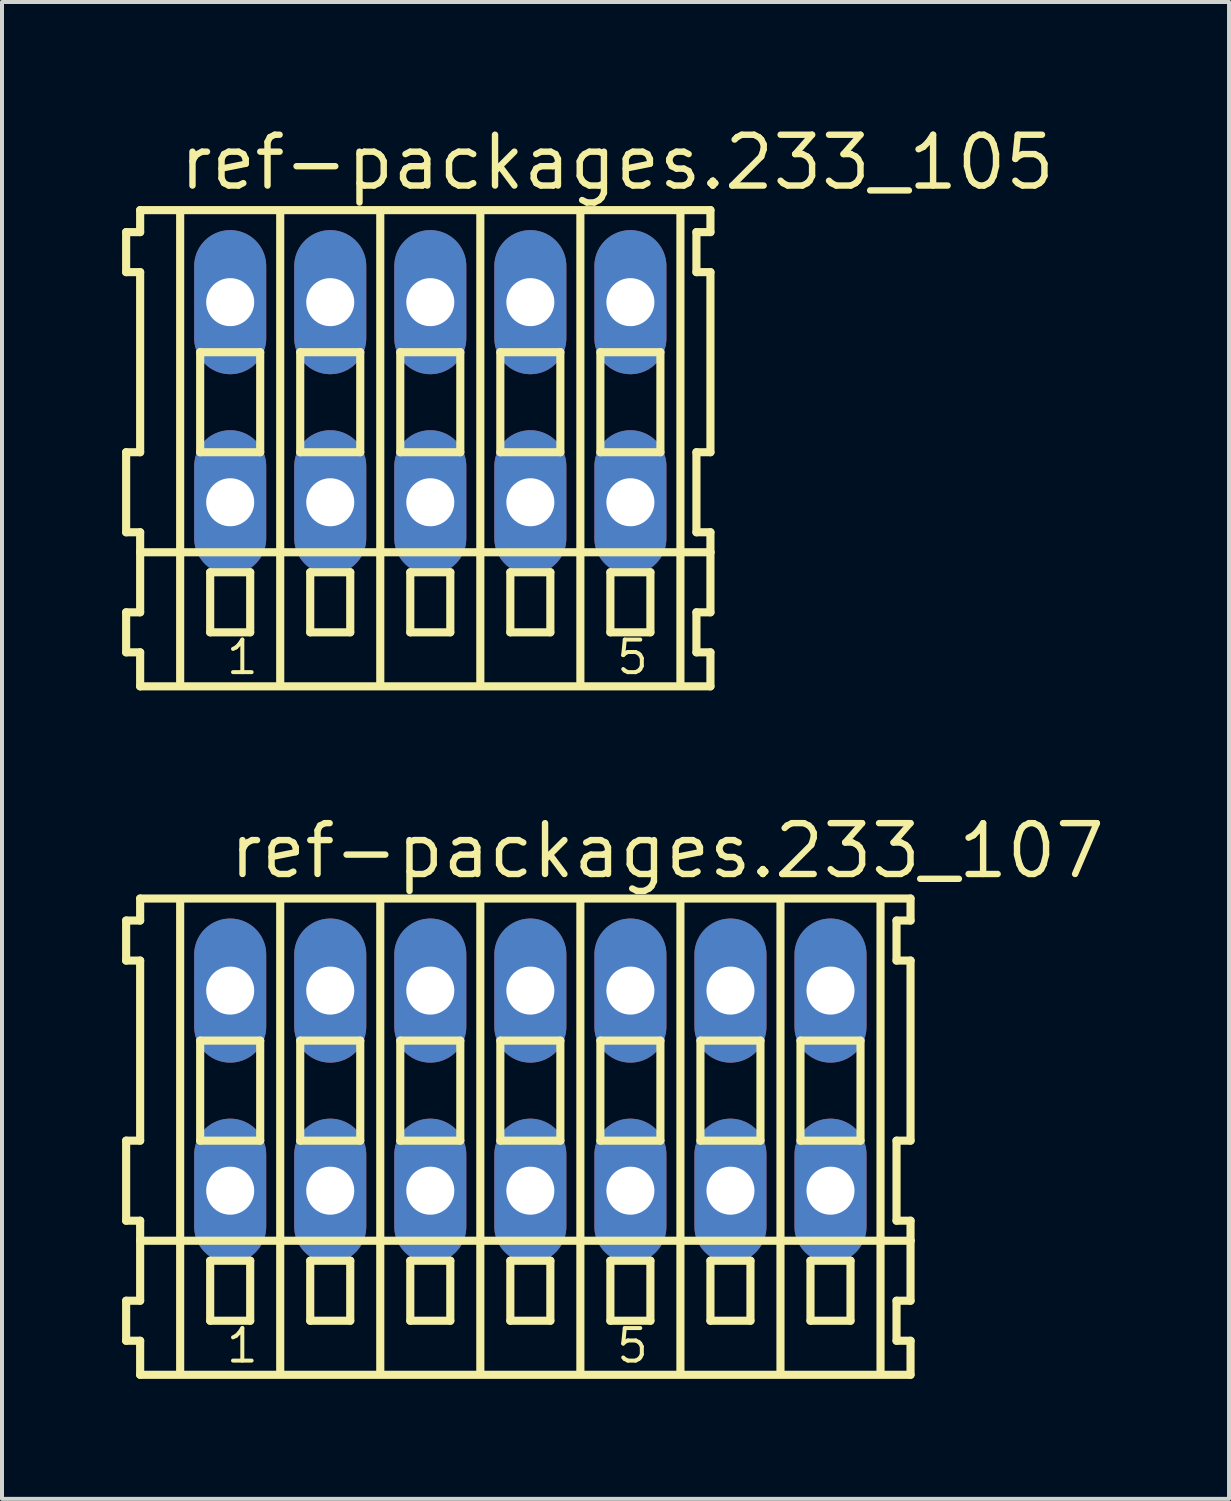
<source format=kicad_pcb>
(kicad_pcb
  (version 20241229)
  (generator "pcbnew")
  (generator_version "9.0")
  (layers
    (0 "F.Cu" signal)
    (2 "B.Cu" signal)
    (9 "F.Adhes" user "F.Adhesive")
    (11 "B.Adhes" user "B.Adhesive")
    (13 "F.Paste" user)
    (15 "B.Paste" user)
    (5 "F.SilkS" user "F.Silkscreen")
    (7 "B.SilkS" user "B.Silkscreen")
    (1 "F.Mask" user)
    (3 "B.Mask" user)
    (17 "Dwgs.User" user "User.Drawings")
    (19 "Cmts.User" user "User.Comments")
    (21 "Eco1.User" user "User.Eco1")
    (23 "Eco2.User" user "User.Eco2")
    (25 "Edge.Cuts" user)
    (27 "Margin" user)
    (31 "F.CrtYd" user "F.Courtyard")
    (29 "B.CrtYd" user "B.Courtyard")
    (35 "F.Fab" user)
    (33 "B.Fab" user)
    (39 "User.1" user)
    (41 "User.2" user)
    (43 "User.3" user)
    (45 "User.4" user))
  (footprint "ref-packages.233_105"
    (layer "F.Cu")
    (at 7.702 7)
    (property "Reference" "ref-packages.233_105" (at -6.35 -5.25 0) (layer "F.SilkS") (effects (font (size 1.27 1.27) (thickness 0.16)) (justify left bottom)))
    (attr through_hole)
    (fp_line (start -7.6 -4.25) (end -7.6 -3.25) (stroke (width 0.203) (type default)) (layer "F.SilkS"))
    (fp_line (start -7.6 -3.25) (end -7.25 -3.25) (stroke (width 0.203) (type default)) (layer "F.SilkS"))
    (fp_line (start -7.6 1.25) (end -7.6 3.25) (stroke (width 0.203) (type default)) (layer "F.SilkS"))
    (fp_line (start -7.6 3.25) (end -7.25 3.25) (stroke (width 0.203) (type default)) (layer "F.SilkS"))
    (fp_line (start -7.6 5.25) (end -7.6 6.25) (stroke (width 0.203) (type default)) (layer "F.SilkS"))
    (fp_line (start -7.6 6.25) (end -7.25 6.25) (stroke (width 0.203) (type default)) (layer "F.SilkS"))
    (fp_line (start -7.25 -4.8) (end -7.25 -4.25) (stroke (width 0.203) (type default)) (layer "F.SilkS"))
    (fp_line (start -7.25 -4.25) (end -7.6 -4.25) (stroke (width 0.203) (type default)) (layer "F.SilkS"))
    (fp_line (start -7.25 -3.25) (end -7.25 1.25) (stroke (width 0.203) (type default)) (layer "F.SilkS"))
    (fp_line (start -7.25 1.25) (end -7.6 1.25) (stroke (width 0.203) (type default)) (layer "F.SilkS"))
    (fp_line (start -7.25 3.25) (end -7.25 5.25) (stroke (width 0.203) (type default)) (layer "F.SilkS"))
    (fp_line (start -7.25 3.75) (end 7 3.75) (stroke (width 0.203) (type default)) (layer "F.SilkS"))
    (fp_line (start -7.25 5.25) (end -7.6 5.25) (stroke (width 0.203) (type default)) (layer "F.SilkS"))
    (fp_line (start -7.25 6.25) (end -7.25 7.1) (stroke (width 0.203) (type default)) (layer "F.SilkS"))
    (fp_line (start -7.25 7.1) (end 7 7.1) (stroke (width 0.203) (type default)) (layer "F.SilkS"))
    (fp_line (start -6.25 -4.75) (end -6.25 7) (stroke (width 0.203) (type default)) (layer "F.SilkS"))
    (fp_line (start -5.75 -1.25) (end -5.75 1.25) (stroke (width 0.203) (type default)) (layer "F.SilkS"))
    (fp_line (start -5.75 1.25) (end -4.25 1.25) (stroke (width 0.203) (type default)) (layer "F.SilkS"))
    (fp_line (start -5.5 4.25) (end -5.5 5.75) (stroke (width 0.203) (type default)) (layer "F.SilkS"))
    (fp_line (start -5.5 5.75) (end -4.5 5.75) (stroke (width 0.203) (type default)) (layer "F.SilkS"))
    (fp_line (start -4.5 4.25) (end -5.5 4.25) (stroke (width 0.203) (type default)) (layer "F.SilkS"))
    (fp_line (start -4.5 5.75) (end -4.5 4.25) (stroke (width 0.203) (type default)) (layer "F.SilkS"))
    (fp_line (start -4.25 -1.25) (end -5.75 -1.25) (stroke (width 0.203) (type default)) (layer "F.SilkS"))
    (fp_line (start -4.25 1.25) (end -4.25 -1.25) (stroke (width 0.203) (type default)) (layer "F.SilkS"))
    (fp_line (start -3.75 -4.75) (end -3.75 7) (stroke (width 0.203) (type default)) (layer "F.SilkS"))
    (fp_line (start -3.25 -1.25) (end -3.25 1.25) (stroke (width 0.203) (type default)) (layer "F.SilkS"))
    (fp_line (start -3.25 1.25) (end -1.75 1.25) (stroke (width 0.203) (type default)) (layer "F.SilkS"))
    (fp_line (start -3 4.25) (end -3 5.75) (stroke (width 0.203) (type default)) (layer "F.SilkS"))
    (fp_line (start -3 5.75) (end -2 5.75) (stroke (width 0.203) (type default)) (layer "F.SilkS"))
    (fp_line (start -2 4.25) (end -3 4.25) (stroke (width 0.203) (type default)) (layer "F.SilkS"))
    (fp_line (start -2 5.75) (end -2 4.25) (stroke (width 0.203) (type default)) (layer "F.SilkS"))
    (fp_line (start -1.75 -1.25) (end -3.25 -1.25) (stroke (width 0.203) (type default)) (layer "F.SilkS"))
    (fp_line (start -1.75 1.25) (end -1.75 -1.25) (stroke (width 0.203) (type default)) (layer "F.SilkS"))
    (fp_line (start -1.25 -4.75) (end -1.25 7) (stroke (width 0.203) (type default)) (layer "F.SilkS"))
    (fp_line (start -0.75 -1.25) (end -0.75 1.25) (stroke (width 0.203) (type default)) (layer "F.SilkS"))
    (fp_line (start -0.75 1.25) (end 0.75 1.25) (stroke (width 0.203) (type default)) (layer "F.SilkS"))
    (fp_line (start -0.5 4.25) (end -0.5 5.75) (stroke (width 0.203) (type default)) (layer "F.SilkS"))
    (fp_line (start -0.5 5.75) (end 0.5 5.75) (stroke (width 0.203) (type default)) (layer "F.SilkS"))
    (fp_line (start 0.5 4.25) (end -0.5 4.25) (stroke (width 0.203) (type default)) (layer "F.SilkS"))
    (fp_line (start 0.5 5.75) (end 0.5 4.25) (stroke (width 0.203) (type default)) (layer "F.SilkS"))
    (fp_line (start 0.75 -1.25) (end -0.75 -1.25) (stroke (width 0.203) (type default)) (layer "F.SilkS"))
    (fp_line (start 0.75 1.25) (end 0.75 -1.25) (stroke (width 0.203) (type default)) (layer "F.SilkS"))
    (fp_line (start 1.25 -4.75) (end 1.25 7) (stroke (width 0.203) (type default)) (layer "F.SilkS"))
    (fp_line (start 1.75 -1.25) (end 1.75 1.25) (stroke (width 0.203) (type default)) (layer "F.SilkS"))
    (fp_line (start 1.75 1.25) (end 3.25 1.25) (stroke (width 0.203) (type default)) (layer "F.SilkS"))
    (fp_line (start 2 4.25) (end 2 5.75) (stroke (width 0.203) (type default)) (layer "F.SilkS"))
    (fp_line (start 2 5.75) (end 3 5.75) (stroke (width 0.203) (type default)) (layer "F.SilkS"))
    (fp_line (start 3 4.25) (end 2 4.25) (stroke (width 0.203) (type default)) (layer "F.SilkS"))
    (fp_line (start 3 5.75) (end 3 4.25) (stroke (width 0.203) (type default)) (layer "F.SilkS"))
    (fp_line (start 3.25 -1.25) (end 1.75 -1.25) (stroke (width 0.203) (type default)) (layer "F.SilkS"))
    (fp_line (start 3.25 1.25) (end 3.25 -1.25) (stroke (width 0.203) (type default)) (layer "F.SilkS"))
    (fp_line (start 3.75 -4.75) (end 3.75 7) (stroke (width 0.203) (type default)) (layer "F.SilkS"))
    (fp_line (start 4.25 -1.25) (end 4.25 1.25) (stroke (width 0.203) (type default)) (layer "F.SilkS"))
    (fp_line (start 4.25 1.25) (end 5.75 1.25) (stroke (width 0.203) (type default)) (layer "F.SilkS"))
    (fp_line (start 4.5 4.25) (end 4.5 5.75) (stroke (width 0.203) (type default)) (layer "F.SilkS"))
    (fp_line (start 4.5 5.75) (end 5.5 5.75) (stroke (width 0.203) (type default)) (layer "F.SilkS"))
    (fp_line (start 5.5 4.25) (end 4.5 4.25) (stroke (width 0.203) (type default)) (layer "F.SilkS"))
    (fp_line (start 5.5 5.75) (end 5.5 4.25) (stroke (width 0.203) (type default)) (layer "F.SilkS"))
    (fp_line (start 5.75 -1.25) (end 4.25 -1.25) (stroke (width 0.203) (type default)) (layer "F.SilkS"))
    (fp_line (start 5.75 1.25) (end 5.75 -1.25) (stroke (width 0.203) (type default)) (layer "F.SilkS"))
    (fp_line (start 6.25 -4.75) (end 6.25 7) (stroke (width 0.203) (type default)) (layer "F.SilkS"))
    (fp_line (start 6.65 -4.25) (end 6.65 -3.25) (stroke (width 0.203) (type default)) (layer "F.SilkS"))
    (fp_line (start 6.65 -3.25) (end 7 -3.25) (stroke (width 0.203) (type default)) (layer "F.SilkS"))
    (fp_line (start 6.65 1.25) (end 6.65 3.25) (stroke (width 0.203) (type default)) (layer "F.SilkS"))
    (fp_line (start 6.65 3.25) (end 7 3.25) (stroke (width 0.203) (type default)) (layer "F.SilkS"))
    (fp_line (start 6.65 5.25) (end 6.65 6.25) (stroke (width 0.203) (type default)) (layer "F.SilkS"))
    (fp_line (start 6.65 6.25) (end 7 6.25) (stroke (width 0.203) (type default)) (layer "F.SilkS"))
    (fp_line (start 7 -4.8) (end -7.25 -4.8) (stroke (width 0.203) (type default)) (layer "F.SilkS"))
    (fp_line (start 7 -4.25) (end 6.65 -4.25) (stroke (width 0.203) (type default)) (layer "F.SilkS"))
    (fp_line (start 7 -4.25) (end 7 -4.8) (stroke (width 0.203) (type default)) (layer "F.SilkS"))
    (fp_line (start 7 1.25) (end 6.65 1.25) (stroke (width 0.203) (type default)) (layer "F.SilkS"))
    (fp_line (start 7 1.25) (end 7 -3.25) (stroke (width 0.203) (type default)) (layer "F.SilkS"))
    (fp_line (start 7 3.75) (end 7 3.25) (stroke (width 0.203) (type default)) (layer "F.SilkS"))
    (fp_line (start 7 5.25) (end 6.65 5.25) (stroke (width 0.203) (type default)) (layer "F.SilkS"))
    (fp_line (start 7 5.25) (end 7 3.75) (stroke (width 0.203) (type default)) (layer "F.SilkS"))
    (fp_line (start 7 7.1) (end 7 6.25) (stroke (width 0.203) (type default)) (layer "F.SilkS"))
    (fp_text user "1" (at -5.15 6.85 0) (layer "F.SilkS") (effects (font (size 0.813 0.813) (thickness 0.1)) (justify left bottom)))
    (fp_text user "5" (at 4.6 6.85 0) (layer "F.SilkS") (effects (font (size 0.813 0.813) (thickness 0.1)) (justify left bottom)))
    (pad "A1" thru_hole oval (at -5 -2.5 90) (size 3.6 1.8) (drill 1.2) (layers "*.Cu" "*.Mask"))
    (pad "A2" thru_hole oval (at -2.5 -2.5 90) (size 3.6 1.8) (drill 1.2) (layers "*.Cu" "*.Mask"))
    (pad "A3" thru_hole oval (at 0 -2.5 90) (size 3.6 1.8) (drill 1.2) (layers "*.Cu" "*.Mask"))
    (pad "A4" thru_hole oval (at 2.5 -2.5 90) (size 3.6 1.8) (drill 1.2) (layers "*.Cu" "*.Mask"))
    (pad "A5" thru_hole oval (at 5 -2.5 90) (size 3.6 1.8) (drill 1.2) (layers "*.Cu" "*.Mask"))
    (pad "B1" thru_hole oval (at -5 2.5 90) (size 3.6 1.8) (drill 1.2) (layers "*.Cu" "*.Mask"))
    (pad "B2" thru_hole oval (at -2.5 2.5 90) (size 3.6 1.8) (drill 1.2) (layers "*.Cu" "*.Mask"))
    (pad "B3" thru_hole oval (at 0 2.5 90) (size 3.6 1.8) (drill 1.2) (layers "*.Cu" "*.Mask"))
    (pad "B4" thru_hole oval (at 2.5 2.5 90) (size 3.6 1.8) (drill 1.2) (layers "*.Cu" "*.Mask"))
    (pad "B5" thru_hole oval (at 5 2.5 90) (size 3.6 1.8) (drill 1.2) (layers "*.Cu" "*.Mask")))
  (footprint "ref-packages.233_107"
    (layer "F.Cu")
    (at 10.202 24.202)
    (property "Reference" "ref-packages.233_107" (at -7.6 -5.25 0) (layer "F.SilkS") (effects (font (size 1.27 1.27) (thickness 0.16)) (justify left bottom)))
    (attr through_hole)
    (fp_line (start -10.1 -4.25) (end -10.1 -3.25) (stroke (width 0.203) (type default)) (layer "F.SilkS"))
    (fp_line (start -10.1 -3.25) (end -9.75 -3.25) (stroke (width 0.203) (type default)) (layer "F.SilkS"))
    (fp_line (start -10.1 1.25) (end -10.1 3.25) (stroke (width 0.203) (type default)) (layer "F.SilkS"))
    (fp_line (start -10.1 3.25) (end -9.75 3.25) (stroke (width 0.203) (type default)) (layer "F.SilkS"))
    (fp_line (start -10.1 5.25) (end -10.1 6.25) (stroke (width 0.203) (type default)) (layer "F.SilkS"))
    (fp_line (start -10.1 6.25) (end -9.75 6.25) (stroke (width 0.203) (type default)) (layer "F.SilkS"))
    (fp_line (start -9.75 -4.8) (end -9.75 -4.25) (stroke (width 0.203) (type default)) (layer "F.SilkS"))
    (fp_line (start -9.75 -4.25) (end -10.1 -4.25) (stroke (width 0.203) (type default)) (layer "F.SilkS"))
    (fp_line (start -9.75 -3.25) (end -9.75 1.25) (stroke (width 0.203) (type default)) (layer "F.SilkS"))
    (fp_line (start -9.75 1.25) (end -10.1 1.25) (stroke (width 0.203) (type default)) (layer "F.SilkS"))
    (fp_line (start -9.75 3.25) (end -9.75 5.25) (stroke (width 0.203) (type default)) (layer "F.SilkS"))
    (fp_line (start -9.75 3.75) (end 9.5 3.75) (stroke (width 0.203) (type default)) (layer "F.SilkS"))
    (fp_line (start -9.75 5.25) (end -10.1 5.25) (stroke (width 0.203) (type default)) (layer "F.SilkS"))
    (fp_line (start -9.75 6.25) (end -9.75 7.1) (stroke (width 0.203) (type default)) (layer "F.SilkS"))
    (fp_line (start -9.75 7.1) (end 9.5 7.1) (stroke (width 0.203) (type default)) (layer "F.SilkS"))
    (fp_line (start -8.75 -4.75) (end -8.75 7) (stroke (width 0.203) (type default)) (layer "F.SilkS"))
    (fp_line (start -8.25 -1.25) (end -8.25 1.25) (stroke (width 0.203) (type default)) (layer "F.SilkS"))
    (fp_line (start -8.25 1.25) (end -6.75 1.25) (stroke (width 0.203) (type default)) (layer "F.SilkS"))
    (fp_line (start -8 4.25) (end -8 5.75) (stroke (width 0.203) (type default)) (layer "F.SilkS"))
    (fp_line (start -8 5.75) (end -7 5.75) (stroke (width 0.203) (type default)) (layer "F.SilkS"))
    (fp_line (start -7 4.25) (end -8 4.25) (stroke (width 0.203) (type default)) (layer "F.SilkS"))
    (fp_line (start -7 5.75) (end -7 4.25) (stroke (width 0.203) (type default)) (layer "F.SilkS"))
    (fp_line (start -6.75 -1.25) (end -8.25 -1.25) (stroke (width 0.203) (type default)) (layer "F.SilkS"))
    (fp_line (start -6.75 1.25) (end -6.75 -1.25) (stroke (width 0.203) (type default)) (layer "F.SilkS"))
    (fp_line (start -6.25 -4.75) (end -6.25 7) (stroke (width 0.203) (type default)) (layer "F.SilkS"))
    (fp_line (start -5.75 -1.25) (end -5.75 1.25) (stroke (width 0.203) (type default)) (layer "F.SilkS"))
    (fp_line (start -5.75 1.25) (end -4.25 1.25) (stroke (width 0.203) (type default)) (layer "F.SilkS"))
    (fp_line (start -5.5 4.25) (end -5.5 5.75) (stroke (width 0.203) (type default)) (layer "F.SilkS"))
    (fp_line (start -5.5 5.75) (end -4.5 5.75) (stroke (width 0.203) (type default)) (layer "F.SilkS"))
    (fp_line (start -4.5 4.25) (end -5.5 4.25) (stroke (width 0.203) (type default)) (layer "F.SilkS"))
    (fp_line (start -4.5 5.75) (end -4.5 4.25) (stroke (width 0.203) (type default)) (layer "F.SilkS"))
    (fp_line (start -4.25 -1.25) (end -5.75 -1.25) (stroke (width 0.203) (type default)) (layer "F.SilkS"))
    (fp_line (start -4.25 1.25) (end -4.25 -1.25) (stroke (width 0.203) (type default)) (layer "F.SilkS"))
    (fp_line (start -3.75 -4.75) (end -3.75 7) (stroke (width 0.203) (type default)) (layer "F.SilkS"))
    (fp_line (start -3.25 -1.25) (end -3.25 1.25) (stroke (width 0.203) (type default)) (layer "F.SilkS"))
    (fp_line (start -3.25 1.25) (end -1.75 1.25) (stroke (width 0.203) (type default)) (layer "F.SilkS"))
    (fp_line (start -3 4.25) (end -3 5.75) (stroke (width 0.203) (type default)) (layer "F.SilkS"))
    (fp_line (start -3 5.75) (end -2 5.75) (stroke (width 0.203) (type default)) (layer "F.SilkS"))
    (fp_line (start -2 4.25) (end -3 4.25) (stroke (width 0.203) (type default)) (layer "F.SilkS"))
    (fp_line (start -2 5.75) (end -2 4.25) (stroke (width 0.203) (type default)) (layer "F.SilkS"))
    (fp_line (start -1.75 -1.25) (end -3.25 -1.25) (stroke (width 0.203) (type default)) (layer "F.SilkS"))
    (fp_line (start -1.75 1.25) (end -1.75 -1.25) (stroke (width 0.203) (type default)) (layer "F.SilkS"))
    (fp_line (start -1.25 -4.75) (end -1.25 7) (stroke (width 0.203) (type default)) (layer "F.SilkS"))
    (fp_line (start -0.75 -1.25) (end -0.75 1.25) (stroke (width 0.203) (type default)) (layer "F.SilkS"))
    (fp_line (start -0.75 1.25) (end 0.75 1.25) (stroke (width 0.203) (type default)) (layer "F.SilkS"))
    (fp_line (start -0.5 4.25) (end -0.5 5.75) (stroke (width 0.203) (type default)) (layer "F.SilkS"))
    (fp_line (start -0.5 5.75) (end 0.5 5.75) (stroke (width 0.203) (type default)) (layer "F.SilkS"))
    (fp_line (start 0.5 4.25) (end -0.5 4.25) (stroke (width 0.203) (type default)) (layer "F.SilkS"))
    (fp_line (start 0.5 5.75) (end 0.5 4.25) (stroke (width 0.203) (type default)) (layer "F.SilkS"))
    (fp_line (start 0.75 -1.25) (end -0.75 -1.25) (stroke (width 0.203) (type default)) (layer "F.SilkS"))
    (fp_line (start 0.75 1.25) (end 0.75 -1.25) (stroke (width 0.203) (type default)) (layer "F.SilkS"))
    (fp_line (start 1.25 -4.75) (end 1.25 7) (stroke (width 0.203) (type default)) (layer "F.SilkS"))
    (fp_line (start 1.75 -1.25) (end 1.75 1.25) (stroke (width 0.203) (type default)) (layer "F.SilkS"))
    (fp_line (start 1.75 1.25) (end 3.25 1.25) (stroke (width 0.203) (type default)) (layer "F.SilkS"))
    (fp_line (start 2 4.25) (end 2 5.75) (stroke (width 0.203) (type default)) (layer "F.SilkS"))
    (fp_line (start 2 5.75) (end 3 5.75) (stroke (width 0.203) (type default)) (layer "F.SilkS"))
    (fp_line (start 3 4.25) (end 2 4.25) (stroke (width 0.203) (type default)) (layer "F.SilkS"))
    (fp_line (start 3 5.75) (end 3 4.25) (stroke (width 0.203) (type default)) (layer "F.SilkS"))
    (fp_line (start 3.25 -1.25) (end 1.75 -1.25) (stroke (width 0.203) (type default)) (layer "F.SilkS"))
    (fp_line (start 3.25 1.25) (end 3.25 -1.25) (stroke (width 0.203) (type default)) (layer "F.SilkS"))
    (fp_line (start 3.75 -4.75) (end 3.75 7) (stroke (width 0.203) (type default)) (layer "F.SilkS"))
    (fp_line (start 4.25 -1.25) (end 4.25 1.25) (stroke (width 0.203) (type default)) (layer "F.SilkS"))
    (fp_line (start 4.25 1.25) (end 5.75 1.25) (stroke (width 0.203) (type default)) (layer "F.SilkS"))
    (fp_line (start 4.5 4.25) (end 4.5 5.75) (stroke (width 0.203) (type default)) (layer "F.SilkS"))
    (fp_line (start 4.5 5.75) (end 5.5 5.75) (stroke (width 0.203) (type default)) (layer "F.SilkS"))
    (fp_line (start 5.5 4.25) (end 4.5 4.25) (stroke (width 0.203) (type default)) (layer "F.SilkS"))
    (fp_line (start 5.5 5.75) (end 5.5 4.25) (stroke (width 0.203) (type default)) (layer "F.SilkS"))
    (fp_line (start 5.75 -1.25) (end 4.25 -1.25) (stroke (width 0.203) (type default)) (layer "F.SilkS"))
    (fp_line (start 5.75 1.25) (end 5.75 -1.25) (stroke (width 0.203) (type default)) (layer "F.SilkS"))
    (fp_line (start 6.25 -4.75) (end 6.25 7) (stroke (width 0.203) (type default)) (layer "F.SilkS"))
    (fp_line (start 6.75 -1.25) (end 6.75 1.25) (stroke (width 0.203) (type default)) (layer "F.SilkS"))
    (fp_line (start 6.75 1.25) (end 8.25 1.25) (stroke (width 0.203) (type default)) (layer "F.SilkS"))
    (fp_line (start 7 4.25) (end 7 5.75) (stroke (width 0.203) (type default)) (layer "F.SilkS"))
    (fp_line (start 7 5.75) (end 8 5.75) (stroke (width 0.203) (type default)) (layer "F.SilkS"))
    (fp_line (start 8 4.25) (end 7 4.25) (stroke (width 0.203) (type default)) (layer "F.SilkS"))
    (fp_line (start 8 5.75) (end 8 4.25) (stroke (width 0.203) (type default)) (layer "F.SilkS"))
    (fp_line (start 8.25 -1.25) (end 6.75 -1.25) (stroke (width 0.203) (type default)) (layer "F.SilkS"))
    (fp_line (start 8.25 1.25) (end 8.25 -1.25) (stroke (width 0.203) (type default)) (layer "F.SilkS"))
    (fp_line (start 8.75 -4.75) (end 8.75 7) (stroke (width 0.203) (type default)) (layer "F.SilkS"))
    (fp_line (start 9.15 -4.25) (end 9.15 -3.25) (stroke (width 0.203) (type default)) (layer "F.SilkS"))
    (fp_line (start 9.15 -3.25) (end 9.5 -3.25) (stroke (width 0.203) (type default)) (layer "F.SilkS"))
    (fp_line (start 9.15 1.25) (end 9.15 3.25) (stroke (width 0.203) (type default)) (layer "F.SilkS"))
    (fp_line (start 9.15 3.25) (end 9.5 3.25) (stroke (width 0.203) (type default)) (layer "F.SilkS"))
    (fp_line (start 9.15 5.25) (end 9.15 6.25) (stroke (width 0.203) (type default)) (layer "F.SilkS"))
    (fp_line (start 9.15 6.25) (end 9.5 6.25) (stroke (width 0.203) (type default)) (layer "F.SilkS"))
    (fp_line (start 9.5 -4.8) (end -9.75 -4.8) (stroke (width 0.203) (type default)) (layer "F.SilkS"))
    (fp_line (start 9.5 -4.25) (end 9.15 -4.25) (stroke (width 0.203) (type default)) (layer "F.SilkS"))
    (fp_line (start 9.5 -4.25) (end 9.5 -4.8) (stroke (width 0.203) (type default)) (layer "F.SilkS"))
    (fp_line (start 9.5 1.25) (end 9.15 1.25) (stroke (width 0.203) (type default)) (layer "F.SilkS"))
    (fp_line (start 9.5 1.25) (end 9.5 -3.25) (stroke (width 0.203) (type default)) (layer "F.SilkS"))
    (fp_line (start 9.5 3.75) (end 9.5 3.25) (stroke (width 0.203) (type default)) (layer "F.SilkS"))
    (fp_line (start 9.5 5.25) (end 9.15 5.25) (stroke (width 0.203) (type default)) (layer "F.SilkS"))
    (fp_line (start 9.5 5.25) (end 9.5 3.75) (stroke (width 0.203) (type default)) (layer "F.SilkS"))
    (fp_line (start 9.5 7.1) (end 9.5 6.25) (stroke (width 0.203) (type default)) (layer "F.SilkS"))
    (fp_text user "1" (at -7.65 6.85 0) (layer "F.SilkS") (effects (font (size 0.813 0.813) (thickness 0.1)) (justify left bottom)))
    (fp_text user "5" (at 2.1 6.85 0) (layer "F.SilkS") (effects (font (size 0.813 0.813) (thickness 0.1)) (justify left bottom)))
    (pad "A1" thru_hole oval (at -7.5 -2.5 90) (size 3.6 1.8) (drill 1.2) (layers "*.Cu" "*.Mask"))
    (pad "A2" thru_hole oval (at -5 -2.5 90) (size 3.6 1.8) (drill 1.2) (layers "*.Cu" "*.Mask"))
    (pad "A3" thru_hole oval (at -2.5 -2.5 90) (size 3.6 1.8) (drill 1.2) (layers "*.Cu" "*.Mask"))
    (pad "A4" thru_hole oval (at 0 -2.5 90) (size 3.6 1.8) (drill 1.2) (layers "*.Cu" "*.Mask"))
    (pad "A5" thru_hole oval (at 2.5 -2.5 90) (size 3.6 1.8) (drill 1.2) (layers "*.Cu" "*.Mask"))
    (pad "A6" thru_hole oval (at 5 -2.5 90) (size 3.6 1.8) (drill 1.2) (layers "*.Cu" "*.Mask"))
    (pad "A7" thru_hole oval (at 7.5 -2.5 90) (size 3.6 1.8) (drill 1.2) (layers "*.Cu" "*.Mask"))
    (pad "B1" thru_hole oval (at -7.5 2.5 90) (size 3.6 1.8) (drill 1.2) (layers "*.Cu" "*.Mask"))
    (pad "B2" thru_hole oval (at -5 2.5 90) (size 3.6 1.8) (drill 1.2) (layers "*.Cu" "*.Mask"))
    (pad "B3" thru_hole oval (at -2.5 2.5 90) (size 3.6 1.8) (drill 1.2) (layers "*.Cu" "*.Mask"))
    (pad "B4" thru_hole oval (at 0 2.5 90) (size 3.6 1.8) (drill 1.2) (layers "*.Cu" "*.Mask"))
    (pad "B5" thru_hole oval (at 2.5 2.5 90) (size 3.6 1.8) (drill 1.2) (layers "*.Cu" "*.Mask"))
    (pad "B6" thru_hole oval (at 5 2.5 90) (size 3.6 1.8) (drill 1.2) (layers "*.Cu" "*.Mask"))
    (pad "B7" thru_hole oval (at 7.5 2.5 90) (size 3.6 1.8) (drill 1.2) (layers "*.Cu" "*.Mask")))
  (gr_rect
    (start -3 -3)
    (end 27.66 34.403)
    (stroke (width 0.1) (type default))
    (fill no)
    (layer "Edge.Cuts")))
</source>
